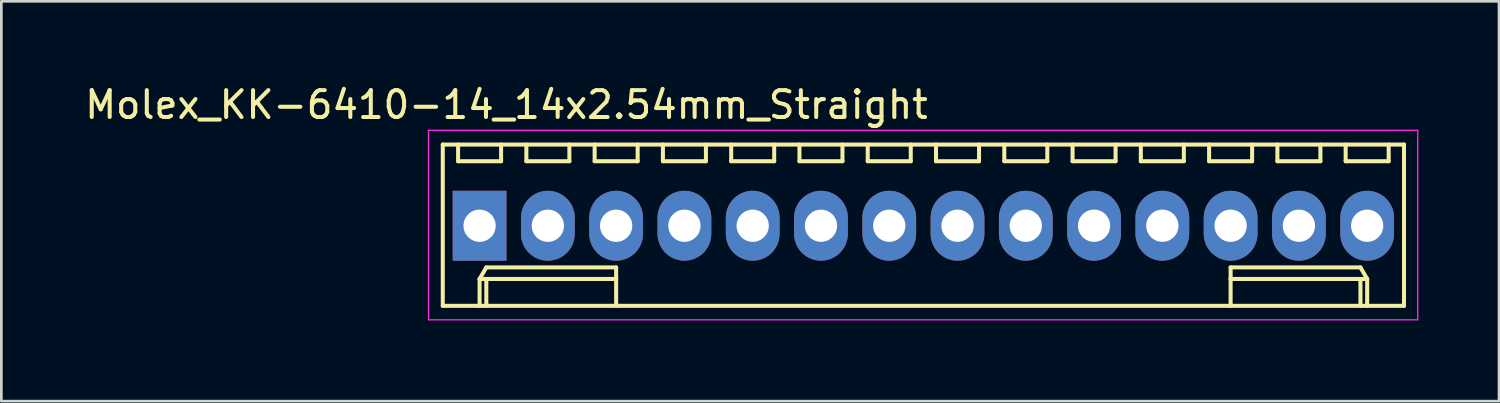
<source format=kicad_pcb>
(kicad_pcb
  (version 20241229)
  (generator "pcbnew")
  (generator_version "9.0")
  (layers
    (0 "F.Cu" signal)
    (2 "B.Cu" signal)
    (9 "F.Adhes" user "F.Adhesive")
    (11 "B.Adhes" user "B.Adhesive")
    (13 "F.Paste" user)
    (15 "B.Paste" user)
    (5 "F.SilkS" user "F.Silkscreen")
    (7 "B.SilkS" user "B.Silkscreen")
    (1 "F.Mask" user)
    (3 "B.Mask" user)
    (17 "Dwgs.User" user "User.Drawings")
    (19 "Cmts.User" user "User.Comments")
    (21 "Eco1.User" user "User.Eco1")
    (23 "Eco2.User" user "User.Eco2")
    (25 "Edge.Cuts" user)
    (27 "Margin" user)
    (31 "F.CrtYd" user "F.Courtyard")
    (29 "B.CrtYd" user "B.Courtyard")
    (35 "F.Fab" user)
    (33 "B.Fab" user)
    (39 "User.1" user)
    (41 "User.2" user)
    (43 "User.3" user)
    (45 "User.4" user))
  (footprint "Molex_KK-6410-14_14x2.54mm_Straight"
    (layer "F.Cu")
    (at 14.792 5.348)
    (property "Reference" "Molex_KK-6410-14_14x2.54mm_Straight" (at 1 -4.5 0) (layer "F.SilkS") (effects (font (size 1 1) (thickness 0.15))))
    (attr through_hole)
    (fp_line (start -1.37 -3.02) (end -1.37 2.98) (stroke (width 0.15) (type solid)) (layer "F.SilkS"))
    (fp_line (start -1.37 2.98) (end 34.39 2.98) (stroke (width 0.15) (type solid)) (layer "F.SilkS"))
    (fp_line (start -0.8 -3.02) (end -0.8 -2.4) (stroke (width 0.15) (type solid)) (layer "F.SilkS"))
    (fp_line (start -0.8 -2.4) (end 0.8 -2.4) (stroke (width 0.15) (type solid)) (layer "F.SilkS"))
    (fp_line (start 0 1.98) (end 0.25 1.55) (stroke (width 0.15) (type solid)) (layer "F.SilkS"))
    (fp_line (start 0 1.98) (end 5.08 1.98) (stroke (width 0.15) (type solid)) (layer "F.SilkS"))
    (fp_line (start 0 2.98) (end 0 1.98) (stroke (width 0.15) (type solid)) (layer "F.SilkS"))
    (fp_line (start 0.25 1.55) (end 5.08 1.55) (stroke (width 0.15) (type solid)) (layer "F.SilkS"))
    (fp_line (start 0.25 2.98) (end 0.25 1.98) (stroke (width 0.15) (type solid)) (layer "F.SilkS"))
    (fp_line (start 0.8 -2.4) (end 0.8 -3.02) (stroke (width 0.15) (type solid)) (layer "F.SilkS"))
    (fp_line (start 1.74 -3.02) (end 1.74 -2.4) (stroke (width 0.15) (type solid)) (layer "F.SilkS"))
    (fp_line (start 1.74 -2.4) (end 3.34 -2.4) (stroke (width 0.15) (type solid)) (layer "F.SilkS"))
    (fp_line (start 3.34 -2.4) (end 3.34 -3.02) (stroke (width 0.15) (type solid)) (layer "F.SilkS"))
    (fp_line (start 4.28 -3.02) (end 4.28 -2.4) (stroke (width 0.15) (type solid)) (layer "F.SilkS"))
    (fp_line (start 4.28 -2.4) (end 5.88 -2.4) (stroke (width 0.15) (type solid)) (layer "F.SilkS"))
    (fp_line (start 5.08 1.55) (end 5.08 1.98) (stroke (width 0.15) (type solid)) (layer "F.SilkS"))
    (fp_line (start 5.08 1.98) (end 5.08 2.98) (stroke (width 0.15) (type solid)) (layer "F.SilkS"))
    (fp_line (start 5.88 -2.4) (end 5.88 -3.02) (stroke (width 0.15) (type solid)) (layer "F.SilkS"))
    (fp_line (start 6.82 -3.02) (end 6.82 -2.4) (stroke (width 0.15) (type solid)) (layer "F.SilkS"))
    (fp_line (start 6.82 -2.4) (end 8.42 -2.4) (stroke (width 0.15) (type solid)) (layer "F.SilkS"))
    (fp_line (start 8.42 -2.4) (end 8.42 -3.02) (stroke (width 0.15) (type solid)) (layer "F.SilkS"))
    (fp_line (start 9.36 -3.02) (end 9.36 -2.4) (stroke (width 0.15) (type solid)) (layer "F.SilkS"))
    (fp_line (start 9.36 -2.4) (end 10.96 -2.4) (stroke (width 0.15) (type solid)) (layer "F.SilkS"))
    (fp_line (start 10.96 -2.4) (end 10.96 -3.02) (stroke (width 0.15) (type solid)) (layer "F.SilkS"))
    (fp_line (start 11.9 -3.02) (end 11.9 -2.4) (stroke (width 0.15) (type solid)) (layer "F.SilkS"))
    (fp_line (start 11.9 -2.4) (end 13.5 -2.4) (stroke (width 0.15) (type solid)) (layer "F.SilkS"))
    (fp_line (start 13.5 -2.4) (end 13.5 -3.02) (stroke (width 0.15) (type solid)) (layer "F.SilkS"))
    (fp_line (start 14.44 -3.02) (end 14.44 -2.4) (stroke (width 0.15) (type solid)) (layer "F.SilkS"))
    (fp_line (start 14.44 -2.4) (end 16.04 -2.4) (stroke (width 0.15) (type solid)) (layer "F.SilkS"))
    (fp_line (start 16.04 -2.4) (end 16.04 -3.02) (stroke (width 0.15) (type solid)) (layer "F.SilkS"))
    (fp_line (start 16.98 -3.02) (end 16.98 -2.4) (stroke (width 0.15) (type solid)) (layer "F.SilkS"))
    (fp_line (start 16.98 -2.4) (end 18.58 -2.4) (stroke (width 0.15) (type solid)) (layer "F.SilkS"))
    (fp_line (start 18.58 -2.4) (end 18.58 -3.02) (stroke (width 0.15) (type solid)) (layer "F.SilkS"))
    (fp_line (start 19.52 -3.02) (end 19.52 -2.4) (stroke (width 0.15) (type solid)) (layer "F.SilkS"))
    (fp_line (start 19.52 -2.4) (end 21.12 -2.4) (stroke (width 0.15) (type solid)) (layer "F.SilkS"))
    (fp_line (start 21.12 -2.4) (end 21.12 -3.02) (stroke (width 0.15) (type solid)) (layer "F.SilkS"))
    (fp_line (start 22.06 -3.02) (end 22.06 -2.4) (stroke (width 0.15) (type solid)) (layer "F.SilkS"))
    (fp_line (start 22.06 -2.4) (end 23.66 -2.4) (stroke (width 0.15) (type solid)) (layer "F.SilkS"))
    (fp_line (start 23.66 -2.4) (end 23.66 -3.02) (stroke (width 0.15) (type solid)) (layer "F.SilkS"))
    (fp_line (start 24.6 -3.02) (end 24.6 -2.4) (stroke (width 0.15) (type solid)) (layer "F.SilkS"))
    (fp_line (start 24.6 -2.4) (end 26.2 -2.4) (stroke (width 0.15) (type solid)) (layer "F.SilkS"))
    (fp_line (start 26.2 -2.4) (end 26.2 -3.02) (stroke (width 0.15) (type solid)) (layer "F.SilkS"))
    (fp_line (start 27.14 -3.02) (end 27.14 -2.4) (stroke (width 0.15) (type solid)) (layer "F.SilkS"))
    (fp_line (start 27.14 -2.4) (end 28.74 -2.4) (stroke (width 0.15) (type solid)) (layer "F.SilkS"))
    (fp_line (start 27.94 1.55) (end 27.94 1.98) (stroke (width 0.15) (type solid)) (layer "F.SilkS"))
    (fp_line (start 27.94 1.98) (end 27.94 2.98) (stroke (width 0.15) (type solid)) (layer "F.SilkS"))
    (fp_line (start 28.74 -2.4) (end 28.74 -3.02) (stroke (width 0.15) (type solid)) (layer "F.SilkS"))
    (fp_line (start 29.68 -3.02) (end 29.68 -2.4) (stroke (width 0.15) (type solid)) (layer "F.SilkS"))
    (fp_line (start 29.68 -2.4) (end 31.28 -2.4) (stroke (width 0.15) (type solid)) (layer "F.SilkS"))
    (fp_line (start 31.28 -2.4) (end 31.28 -3.02) (stroke (width 0.15) (type solid)) (layer "F.SilkS"))
    (fp_line (start 32.22 -3.02) (end 32.22 -2.4) (stroke (width 0.15) (type solid)) (layer "F.SilkS"))
    (fp_line (start 32.22 -2.4) (end 33.82 -2.4) (stroke (width 0.15) (type solid)) (layer "F.SilkS"))
    (fp_line (start 32.77 1.55) (end 27.94 1.55) (stroke (width 0.15) (type solid)) (layer "F.SilkS"))
    (fp_line (start 32.77 2.98) (end 32.77 1.98) (stroke (width 0.15) (type solid)) (layer "F.SilkS"))
    (fp_line (start 33.02 1.98) (end 27.94 1.98) (stroke (width 0.15) (type solid)) (layer "F.SilkS"))
    (fp_line (start 33.02 1.98) (end 32.77 1.55) (stroke (width 0.15) (type solid)) (layer "F.SilkS"))
    (fp_line (start 33.02 2.98) (end 33.02 1.98) (stroke (width 0.15) (type solid)) (layer "F.SilkS"))
    (fp_line (start 33.82 -2.4) (end 33.82 -3.02) (stroke (width 0.15) (type solid)) (layer "F.SilkS"))
    (fp_line (start 34.39 -3.02) (end -1.37 -3.02) (stroke (width 0.15) (type solid)) (layer "F.SilkS"))
    (fp_line (start 34.39 2.98) (end 34.39 -3.02) (stroke (width 0.15) (type solid)) (layer "F.SilkS"))
    (fp_line (start -1.9 -3.55) (end 34.9 -3.55) (stroke (width 0.05) (type solid)) (layer "F.CrtYd"))
    (fp_line (start -1.9 3.5) (end -1.9 -3.55) (stroke (width 0.05) (type solid)) (layer "F.CrtYd"))
    (fp_line (start 34.9 -3.55) (end 34.9 3.5) (stroke (width 0.05) (type solid)) (layer "F.CrtYd"))
    (fp_line (start 34.9 3.5) (end -1.9 3.5) (stroke (width 0.05) (type solid)) (layer "F.CrtYd"))
    (pad "1" thru_hole rect (at 0 0) (size 2 2.6) (drill 1.2) (layers "*.Cu" "*.Mask"))
    (pad "2" thru_hole oval (at 2.54 0) (size 2 2.6) (drill 1.2) (layers "*.Cu" "*.Mask"))
    (pad "3" thru_hole oval (at 5.08 0) (size 2 2.6) (drill 1.2) (layers "*.Cu" "*.Mask"))
    (pad "4" thru_hole oval (at 7.62 0) (size 2 2.6) (drill 1.2) (layers "*.Cu" "*.Mask"))
    (pad "5" thru_hole oval (at 10.16 0) (size 2 2.6) (drill 1.2) (layers "*.Cu" "*.Mask"))
    (pad "6" thru_hole oval (at 12.7 0) (size 2 2.6) (drill 1.2) (layers "*.Cu" "*.Mask"))
    (pad "7" thru_hole oval (at 15.24 0) (size 2 2.6) (drill 1.2) (layers "*.Cu" "*.Mask"))
    (pad "8" thru_hole oval (at 17.78 0) (size 2 2.6) (drill 1.2) (layers "*.Cu" "*.Mask"))
    (pad "9" thru_hole oval (at 20.32 0) (size 2 2.6) (drill 1.2) (layers "*.Cu" "*.Mask"))
    (pad "10" thru_hole oval (at 22.86 0) (size 2 2.6) (drill 1.2) (layers "*.Cu" "*.Mask"))
    (pad "11" thru_hole oval (at 25.4 0) (size 2 2.6) (drill 1.2) (layers "*.Cu" "*.Mask"))
    (pad "12" thru_hole oval (at 27.94 0) (size 2 2.6) (drill 1.2) (layers "*.Cu" "*.Mask"))
    (pad "13" thru_hole oval (at 30.48 0) (size 2 2.6) (drill 1.2) (layers "*.Cu" "*.Mask"))
    (pad "14" thru_hole oval (at 33.02 0) (size 2 2.6) (drill 1.2) (layers "*.Cu" "*.Mask")))
  (gr_rect
    (start -3 -3)
    (end 52.717 11.873)
    (stroke (width 0.1) (type default))
    (fill no)
    (layer "Edge.Cuts")))
</source>
